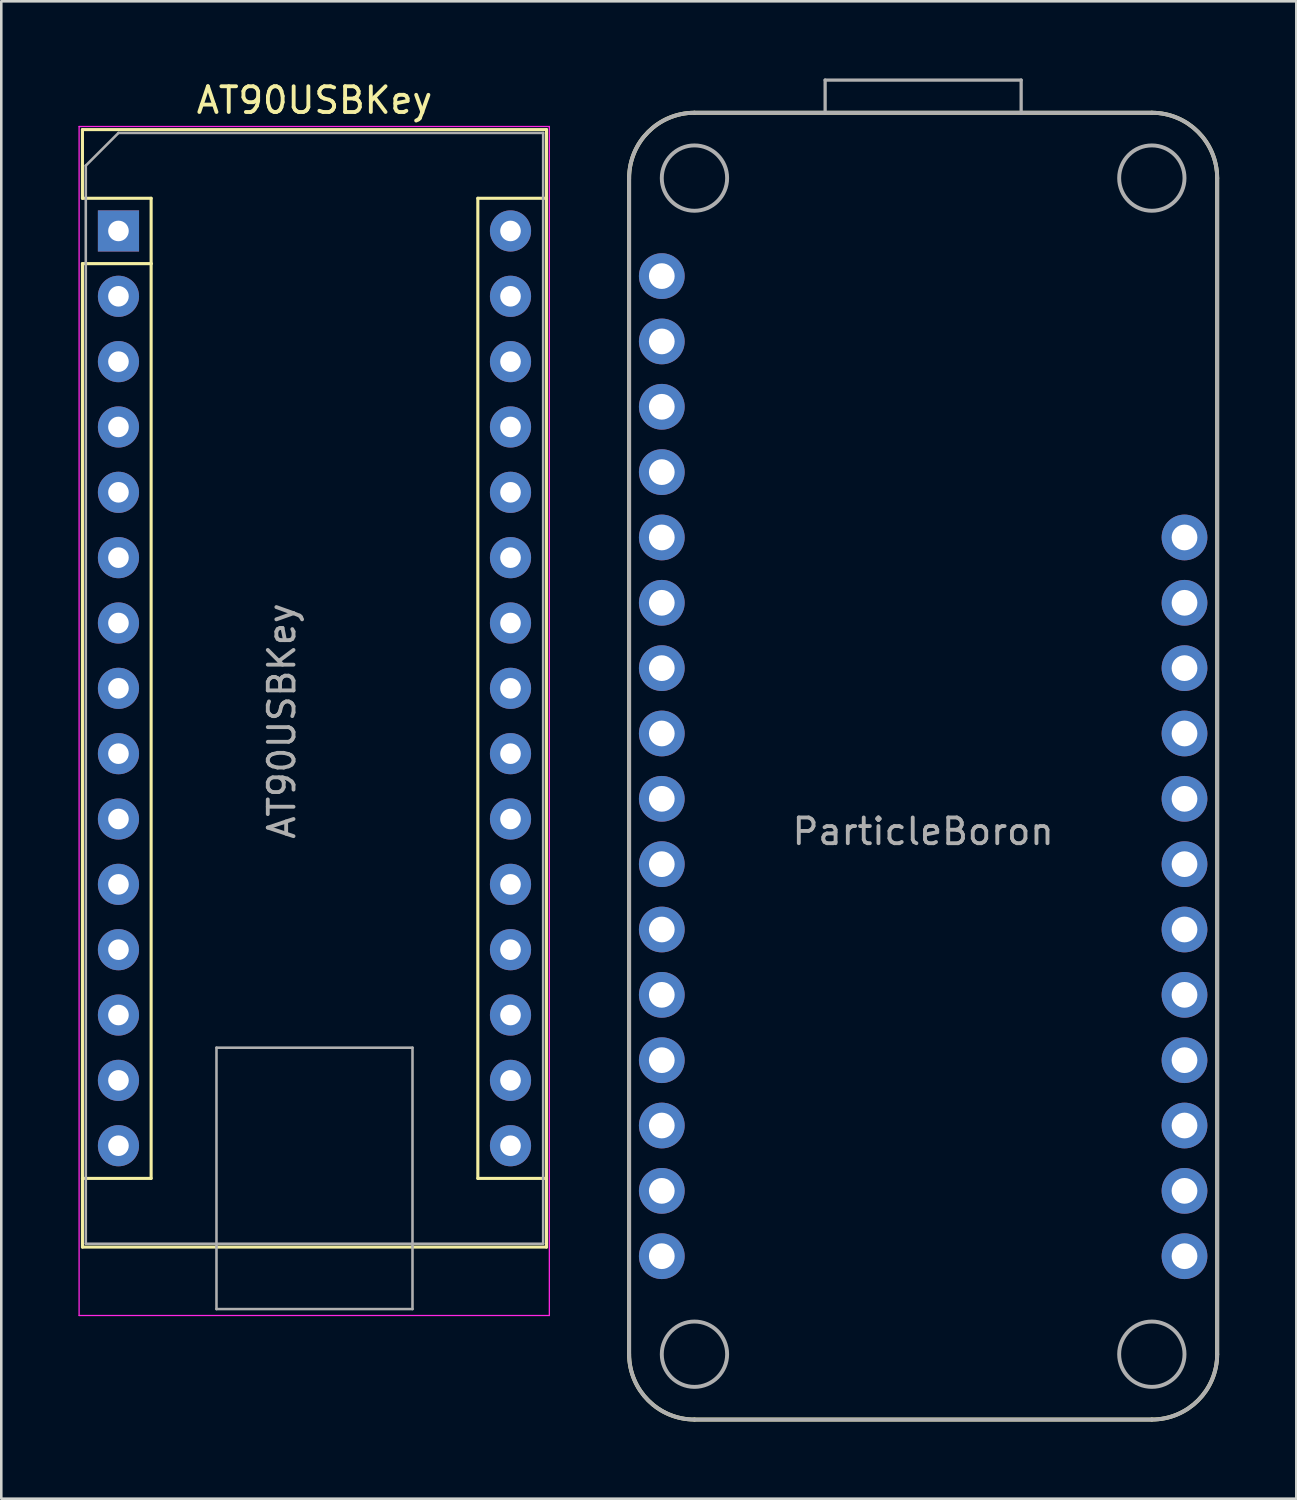
<source format=kicad_pcb>
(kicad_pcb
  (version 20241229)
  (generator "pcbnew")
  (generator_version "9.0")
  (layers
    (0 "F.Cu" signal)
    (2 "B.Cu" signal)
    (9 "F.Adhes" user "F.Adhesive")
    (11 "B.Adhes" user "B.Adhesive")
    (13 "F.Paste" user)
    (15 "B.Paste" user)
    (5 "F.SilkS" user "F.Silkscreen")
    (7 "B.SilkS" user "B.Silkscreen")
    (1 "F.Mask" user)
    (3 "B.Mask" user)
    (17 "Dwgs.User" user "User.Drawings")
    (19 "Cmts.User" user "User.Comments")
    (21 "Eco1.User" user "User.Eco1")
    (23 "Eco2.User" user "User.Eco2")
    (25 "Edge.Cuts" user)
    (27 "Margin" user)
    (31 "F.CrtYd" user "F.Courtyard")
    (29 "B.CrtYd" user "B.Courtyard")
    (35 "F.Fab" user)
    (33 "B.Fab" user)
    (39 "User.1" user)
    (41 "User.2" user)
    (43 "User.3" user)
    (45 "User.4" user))
  (footprint "AT90USBKey"
    (layer "F.Cu")
    (at 1.555 5.928)
    (property "Reference" "AT90USBKey" (at 7.62 -5.08 0) (layer "F.SilkS") (effects (font (size 1 1) (thickness 0.15))))
    (attr through_hole)
    (fp_line (start -1.4 -3.94) (end -1.4 -1.27) (stroke (width 0.12) (type solid)) (layer "F.SilkS"))
    (fp_line (start -1.4 1.27) (end -1.4 39.5) (stroke (width 0.12) (type solid)) (layer "F.SilkS"))
    (fp_line (start -1.4 39.5) (end 16.64 39.5) (stroke (width 0.12) (type solid)) (layer "F.SilkS"))
    (fp_line (start 1.27 -1.27) (end -1.4 -1.27) (stroke (width 0.12) (type solid)) (layer "F.SilkS"))
    (fp_line (start 1.27 1.27) (end -1.4 1.27) (stroke (width 0.12) (type solid)) (layer "F.SilkS"))
    (fp_line (start 1.27 1.27) (end 1.27 -1.27) (stroke (width 0.12) (type solid)) (layer "F.SilkS"))
    (fp_line (start 1.27 1.27) (end 1.27 36.83) (stroke (width 0.12) (type solid)) (layer "F.SilkS"))
    (fp_line (start 1.27 36.83) (end -1.4 36.83) (stroke (width 0.12) (type solid)) (layer "F.SilkS"))
    (fp_line (start 13.97 -1.27) (end 13.97 36.83) (stroke (width 0.12) (type solid)) (layer "F.SilkS"))
    (fp_line (start 13.97 -1.27) (end 16.64 -1.27) (stroke (width 0.12) (type solid)) (layer "F.SilkS"))
    (fp_line (start 13.97 36.83) (end 16.64 36.83) (stroke (width 0.12) (type solid)) (layer "F.SilkS"))
    (fp_line (start 16.64 -3.94) (end -1.4 -3.94) (stroke (width 0.12) (type solid)) (layer "F.SilkS"))
    (fp_line (start 16.64 39.5) (end 16.64 -3.94) (stroke (width 0.12) (type solid)) (layer "F.SilkS"))
    (fp_line (start -1.53 -4.06) (end -1.53 42.16) (stroke (width 0.05) (type solid)) (layer "F.CrtYd"))
    (fp_line (start -1.53 -4.06) (end 16.75 -4.06) (stroke (width 0.05) (type solid)) (layer "F.CrtYd"))
    (fp_line (start 16.75 42.16) (end -1.53 42.16) (stroke (width 0.05) (type solid)) (layer "F.CrtYd"))
    (fp_line (start 16.75 42.16) (end 16.75 -4.06) (stroke (width 0.05) (type solid)) (layer "F.CrtYd"))
    (fp_line (start -1.27 -2.54) (end 0 -3.81) (stroke (width 0.1) (type solid)) (layer "F.Fab"))
    (fp_line (start -1.27 39.37) (end -1.27 -2.54) (stroke (width 0.1) (type solid)) (layer "F.Fab"))
    (fp_line (start 0 -3.81) (end 16.51 -3.81) (stroke (width 0.1) (type solid)) (layer "F.Fab"))
    (fp_line (start 3.81 31.75) (end 11.43 31.75) (stroke (width 0.1) (type solid)) (layer "F.Fab"))
    (fp_line (start 3.81 41.91) (end 3.81 31.75) (stroke (width 0.1) (type solid)) (layer "F.Fab"))
    (fp_line (start 11.43 31.75) (end 11.43 41.91) (stroke (width 0.1) (type solid)) (layer "F.Fab"))
    (fp_line (start 11.43 41.91) (end 3.81 41.91) (stroke (width 0.1) (type solid)) (layer "F.Fab"))
    (fp_line (start 16.51 -3.81) (end 16.51 39.37) (stroke (width 0.1) (type solid)) (layer "F.Fab"))
    (fp_line (start 16.51 39.37) (end -1.27 39.37) (stroke (width 0.1) (type solid)) (layer "F.Fab"))
    (fp_text user "${REFERENCE}" (at 6.35 19.05 90) (layer "F.Fab") (effects (font (size 1 1) (thickness 0.15))))
    (pad "1" thru_hole rect (at 0 0) (size 1.6 1.6) (drill 0.8) (layers "*.Cu" "*.Mask"))
    (pad "2" thru_hole oval (at 0 2.54) (size 1.6 1.6) (drill 0.8) (layers "*.Cu" "*.Mask"))
    (pad "3" thru_hole oval (at 0 5.08) (size 1.6 1.6) (drill 0.8) (layers "*.Cu" "*.Mask"))
    (pad "4" thru_hole oval (at 0 7.62) (size 1.6 1.6) (drill 0.8) (layers "*.Cu" "*.Mask"))
    (pad "5" thru_hole oval (at 0 10.16) (size 1.6 1.6) (drill 0.8) (layers "*.Cu" "*.Mask"))
    (pad "6" thru_hole oval (at 0 12.7) (size 1.6 1.6) (drill 0.8) (layers "*.Cu" "*.Mask"))
    (pad "7" thru_hole oval (at 0 15.24) (size 1.6 1.6) (drill 0.8) (layers "*.Cu" "*.Mask"))
    (pad "8" thru_hole oval (at 0 17.78) (size 1.6 1.6) (drill 0.8) (layers "*.Cu" "*.Mask"))
    (pad "9" thru_hole oval (at 0 20.32) (size 1.6 1.6) (drill 0.8) (layers "*.Cu" "*.Mask"))
    (pad "10" thru_hole oval (at 0 22.86) (size 1.6 1.6) (drill 0.8) (layers "*.Cu" "*.Mask"))
    (pad "11" thru_hole oval (at 0 25.4) (size 1.6 1.6) (drill 0.8) (layers "*.Cu" "*.Mask"))
    (pad "12" thru_hole oval (at 0 27.94) (size 1.6 1.6) (drill 0.8) (layers "*.Cu" "*.Mask"))
    (pad "13" thru_hole oval (at 0 30.48) (size 1.6 1.6) (drill 0.8) (layers "*.Cu" "*.Mask"))
    (pad "14" thru_hole oval (at 0 33.02) (size 1.6 1.6) (drill 0.8) (layers "*.Cu" "*.Mask"))
    (pad "15" thru_hole oval (at 0 35.56) (size 1.6 1.6) (drill 0.8) (layers "*.Cu" "*.Mask"))
    (pad "16" thru_hole oval (at 15.24 35.56) (size 1.6 1.6) (drill 0.8) (layers "*.Cu" "*.Mask"))
    (pad "17" thru_hole oval (at 15.24 33.02) (size 1.6 1.6) (drill 0.8) (layers "*.Cu" "*.Mask"))
    (pad "18" thru_hole oval (at 15.24 30.48) (size 1.6 1.6) (drill 0.8) (layers "*.Cu" "*.Mask"))
    (pad "19" thru_hole oval (at 15.24 27.94) (size 1.6 1.6) (drill 0.8) (layers "*.Cu" "*.Mask"))
    (pad "20" thru_hole oval (at 15.24 25.4) (size 1.6 1.6) (drill 0.8) (layers "*.Cu" "*.Mask"))
    (pad "21" thru_hole oval (at 15.24 22.86) (size 1.6 1.6) (drill 0.8) (layers "*.Cu" "*.Mask"))
    (pad "22" thru_hole oval (at 15.24 20.32) (size 1.6 1.6) (drill 0.8) (layers "*.Cu" "*.Mask"))
    (pad "23" thru_hole oval (at 15.24 17.78) (size 1.6 1.6) (drill 0.8) (layers "*.Cu" "*.Mask"))
    (pad "24" thru_hole oval (at 15.24 15.24) (size 1.6 1.6) (drill 0.8) (layers "*.Cu" "*.Mask"))
    (pad "25" thru_hole oval (at 15.24 12.7) (size 1.6 1.6) (drill 0.8) (layers "*.Cu" "*.Mask"))
    (pad "26" thru_hole oval (at 15.24 10.16) (size 1.6 1.6) (drill 0.8) (layers "*.Cu" "*.Mask"))
    (pad "27" thru_hole oval (at 15.24 7.62) (size 1.6 1.6) (drill 0.8) (layers "*.Cu" "*.Mask"))
    (pad "28" thru_hole oval (at 15.24 5.08) (size 1.6 1.6) (drill 0.8) (layers "*.Cu" "*.Mask"))
    (pad "29" thru_hole oval (at 15.24 2.54) (size 1.6 1.6) (drill 0.8) (layers "*.Cu" "*.Mask"))
    (pad "30" thru_hole oval (at 15.24 0) (size 1.6 1.6) (drill 0.8) (layers "*.Cu" "*.Mask")))
  (footprint "ParticleBoron"
    (layer "F.Cu")
    (at 32.836 28.003)
    (property "Reference" "ParticleBoron" (at 0 1.27 0) (layer "F.Fab") (effects (font (size 1 1) (thickness 0.15))))
    (attr through_hole)
    (fp_line (start -11.43 -24.13) (end -11.43 21.59) (stroke (width 0.152) (type solid)) (layer "F.SilkS"))
    (fp_line (start -8.89 24.13) (end 8.89 24.13) (stroke (width 0.152) (type solid)) (layer "F.SilkS"))
    (fp_line (start 8.89 -26.67) (end -8.89 -26.67) (stroke (width 0.152) (type solid)) (layer "F.SilkS"))
    (fp_line (start 11.43 21.59) (end 11.43 -24.13) (stroke (width 0.152) (type solid)) (layer "F.SilkS"))
    (fp_arc (start -11.43 -24.13) (mid -10.686051 -25.926051) (end -8.89 -26.67) (stroke (width 0.1524) (type solid)) (layer "F.SilkS"))
    (fp_arc (start -8.89 24.13) (mid -10.686051 23.386051) (end -11.43 21.59) (stroke (width 0.1524) (type solid)) (layer "F.SilkS"))
    (fp_arc (start 8.89 -26.67) (mid 10.686051 -25.926051) (end 11.43 -24.13) (stroke (width 0.1524) (type solid)) (layer "F.SilkS"))
    (fp_arc (start 11.43 21.59) (mid 10.686051 23.386051) (end 8.89 24.13) (stroke (width 0.1524) (type solid)) (layer "F.SilkS"))
    (fp_line (start -11.43 21.59) (end -11.43 -24.13) (stroke (width 0.152) (type solid)) (layer "F.Fab"))
    (fp_line (start -8.89 -26.67) (end -3.81 -26.67) (stroke (width 0.152) (type solid)) (layer "F.Fab"))
    (fp_line (start -3.81 -27.94) (end 3.81 -27.94) (stroke (width 0.127) (type solid)) (layer "F.Fab"))
    (fp_line (start -3.81 -26.67) (end -3.81 -27.94) (stroke (width 0.127) (type solid)) (layer "F.Fab"))
    (fp_line (start -3.81 -26.67) (end 3.81 -26.67) (stroke (width 0.152) (type solid)) (layer "F.Fab"))
    (fp_line (start 3.81 -27.94) (end 3.81 -26.67) (stroke (width 0.127) (type solid)) (layer "F.Fab"))
    (fp_line (start 3.81 -26.67) (end 8.89 -26.67) (stroke (width 0.152) (type solid)) (layer "F.Fab"))
    (fp_line (start 8.89 24.13) (end -8.89 24.13) (stroke (width 0.152) (type solid)) (layer "F.Fab"))
    (fp_line (start 11.43 -24.13) (end 11.43 21.59) (stroke (width 0.152) (type solid)) (layer "F.Fab"))
    (fp_arc (start -11.43 -24.13) (mid -10.686051 -25.926051) (end -8.89 -26.67) (stroke (width 0.1524) (type solid)) (layer "F.Fab"))
    (fp_arc (start -8.89 24.13) (mid -10.686051 23.386051) (end -11.43 21.59) (stroke (width 0.1524) (type solid)) (layer "F.Fab"))
    (fp_arc (start 8.89 -26.67) (mid 10.686051 -25.926051) (end 11.43 -24.13) (stroke (width 0.1524) (type solid)) (layer "F.Fab"))
    (fp_arc (start 11.43 21.59) (mid 10.686051 23.386051) (end 8.89 24.13) (stroke (width 0.1524) (type solid)) (layer "F.Fab"))
    (fp_circle (center -8.89 -24.13) (end -7.62 -24.13) (stroke (width 0.152) (type solid)) (fill no) (layer "F.Fab"))
    (fp_circle (center -8.89 21.59) (end -7.62 21.59) (stroke (width 0.152) (type solid)) (fill no) (layer "F.Fab"))
    (fp_circle (center 8.89 -24.13) (end 10.16 -24.13) (stroke (width 0.152) (type solid)) (fill no) (layer "F.Fab"))
    (fp_circle (center 8.89 21.59) (end 10.16 21.59) (stroke (width 0.152) (type solid)) (fill no) (layer "F.Fab"))
    (pad "1" thru_hole circle (at -10.16 -20.32) (size 1.778 1.778) (drill 1) (layers "*.Cu" "*.Mask"))
    (pad "2" thru_hole circle (at -10.16 -17.78) (size 1.778 1.778) (drill 1) (layers "*.Cu" "*.Mask"))
    (pad "3" thru_hole circle (at -10.16 -15.24) (size 1.778 1.778) (drill 1) (layers "*.Cu" "*.Mask"))
    (pad "4" thru_hole circle (at -10.16 -12.7) (size 1.778 1.778) (drill 1) (layers "*.Cu" "*.Mask"))
    (pad "5" thru_hole circle (at -10.16 -10.16) (size 1.778 1.778) (drill 1) (layers "*.Cu" "*.Mask"))
    (pad "6" thru_hole circle (at -10.16 -7.62) (size 1.778 1.778) (drill 1) (layers "*.Cu" "*.Mask"))
    (pad "7" thru_hole circle (at -10.16 -5.08) (size 1.778 1.778) (drill 1) (layers "*.Cu" "*.Mask"))
    (pad "8" thru_hole circle (at -10.16 -2.54) (size 1.778 1.778) (drill 1) (layers "*.Cu" "*.Mask"))
    (pad "9" thru_hole circle (at -10.16 0) (size 1.778 1.778) (drill 1) (layers "*.Cu" "*.Mask"))
    (pad "10" thru_hole circle (at -10.16 2.54) (size 1.778 1.778) (drill 1) (layers "*.Cu" "*.Mask"))
    (pad "11" thru_hole circle (at -10.16 5.08) (size 1.778 1.778) (drill 1) (layers "*.Cu" "*.Mask"))
    (pad "12" thru_hole circle (at -10.16 7.62) (size 1.778 1.778) (drill 1) (layers "*.Cu" "*.Mask"))
    (pad "13" thru_hole circle (at -10.16 10.16) (size 1.778 1.778) (drill 1) (layers "*.Cu" "*.Mask"))
    (pad "14" thru_hole circle (at -10.16 12.7) (size 1.778 1.778) (drill 1) (layers "*.Cu" "*.Mask"))
    (pad "15" thru_hole circle (at -10.16 15.24) (size 1.778 1.778) (drill 1) (layers "*.Cu" "*.Mask"))
    (pad "16" thru_hole circle (at -10.16 17.78) (size 1.778 1.778) (drill 1) (layers "*.Cu" "*.Mask"))
    (pad "17" thru_hole circle (at 10.16 17.78) (size 1.778 1.778) (drill 1) (layers "*.Cu" "*.Mask"))
    (pad "18" thru_hole circle (at 10.16 15.24) (size 1.778 1.778) (drill 1) (layers "*.Cu" "*.Mask"))
    (pad "19" thru_hole circle (at 10.16 12.7) (size 1.778 1.778) (drill 1) (layers "*.Cu" "*.Mask"))
    (pad "20" thru_hole circle (at 10.16 10.16) (size 1.778 1.778) (drill 1) (layers "*.Cu" "*.Mask"))
    (pad "21" thru_hole circle (at 10.16 7.62) (size 1.778 1.778) (drill 1) (layers "*.Cu" "*.Mask"))
    (pad "22" thru_hole circle (at 10.16 5.08) (size 1.778 1.778) (drill 1) (layers "*.Cu" "*.Mask"))
    (pad "23" thru_hole circle (at 10.16 2.54) (size 1.778 1.778) (drill 1) (layers "*.Cu" "*.Mask"))
    (pad "24" thru_hole circle (at 10.16 0) (size 1.778 1.778) (drill 1) (layers "*.Cu" "*.Mask"))
    (pad "25" thru_hole circle (at 10.16 -2.54) (size 1.778 1.778) (drill 1) (layers "*.Cu" "*.Mask"))
    (pad "26" thru_hole circle (at 10.16 -5.08) (size 1.778 1.778) (drill 1) (layers "*.Cu" "*.Mask"))
    (pad "27" thru_hole circle (at 10.16 -7.62) (size 1.778 1.778) (drill 1) (layers "*.Cu" "*.Mask"))
    (pad "28" thru_hole circle (at 10.16 -10.16) (size 1.778 1.778) (drill 1) (layers "*.Cu" "*.Mask")))
  (gr_rect
    (start -3 -3)
    (end 47.342 55.21)
    (stroke (width 0.1) (type default))
    (fill no)
    (layer "Edge.Cuts")))
</source>
